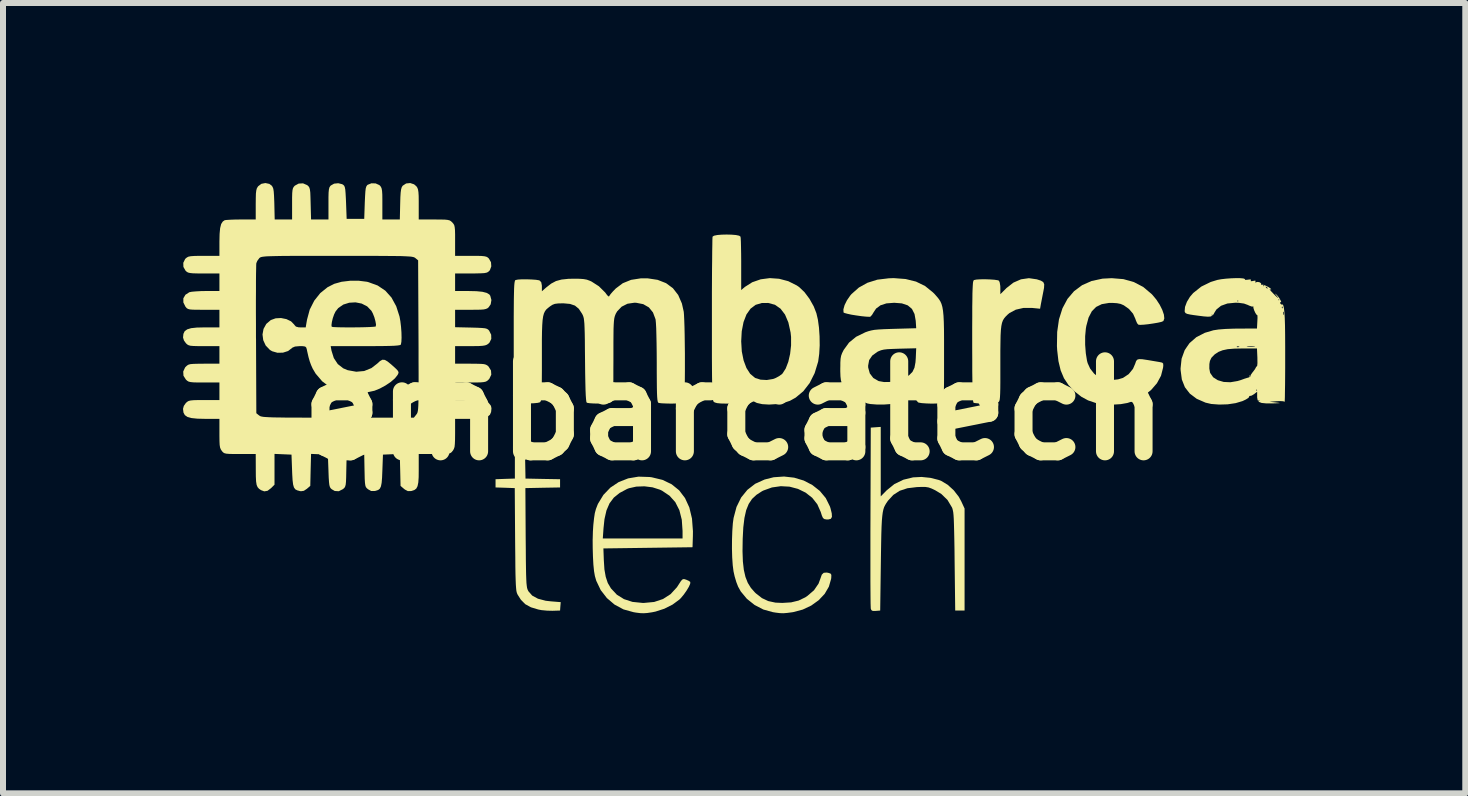
<source format=kicad_pcb>
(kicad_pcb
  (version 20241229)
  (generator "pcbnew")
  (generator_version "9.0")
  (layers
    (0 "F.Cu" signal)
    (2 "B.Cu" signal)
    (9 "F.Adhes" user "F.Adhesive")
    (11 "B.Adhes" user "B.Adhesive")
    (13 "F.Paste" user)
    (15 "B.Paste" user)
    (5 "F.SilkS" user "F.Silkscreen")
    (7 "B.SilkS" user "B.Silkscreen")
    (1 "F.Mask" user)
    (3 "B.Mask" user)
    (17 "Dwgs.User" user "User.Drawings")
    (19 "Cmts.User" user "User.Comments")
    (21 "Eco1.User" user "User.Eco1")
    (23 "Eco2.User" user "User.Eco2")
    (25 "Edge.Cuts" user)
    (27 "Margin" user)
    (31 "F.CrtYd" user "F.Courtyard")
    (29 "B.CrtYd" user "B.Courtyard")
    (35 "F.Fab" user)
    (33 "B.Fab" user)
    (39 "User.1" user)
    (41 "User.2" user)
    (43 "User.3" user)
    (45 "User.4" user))
  (footprint "embarcatech"
    (layer "F.Cu")
    (at 9.183 3.792)
    (property "Reference" "embarcatech" (at 0 0 0) (layer "F.SilkS") (effects (font (size 1.5 1.5) (thickness 0.3))))
    (attr board_only exclude_from_pos_files exclude_from_bom)
    (fp_poly (pts (xy 8.597 -0.576) (xy 8.587 -0.567) (xy 8.577 -0.576) (xy 8.587 -0.586)) (stroke (width 0) (type solid)) (fill yes) (layer "F.SilkS"))
    (fp_poly (pts (xy -3.571 0.59) (xy -3.488 0.596) (xy -3.482 0.864) (xy -3.477 1.132) (xy -3.189 1.138) (xy -2.901 1.143) (xy -2.901 1.211) (xy -2.901 1.28) (xy -3.19 1.285) (xy -3.479 1.291) (xy -3.474 2.116) (xy -3.472 2.317) (xy -3.471 2.484) (xy -3.469 2.619) (xy -3.467 2.726) (xy -3.464 2.809) (xy -3.461 2.872) (xy -3.456 2.918) (xy -3.451 2.952) (xy -3.444 2.977) (xy -3.435 2.996) (xy -3.429 3.009) (xy -3.365 3.082) (xy -3.269 3.134) (xy -3.14 3.168) (xy -3.051 3.178) (xy -2.89 3.191) (xy -2.896 3.261) (xy -2.901 3.331) (xy -3.028 3.335) (xy -3.117 3.333) (xy -3.211 3.324) (xy -3.263 3.314) (xy -3.386 3.277) (xy -3.481 3.225) (xy -3.554 3.151) (xy -3.607 3.068) (xy -3.616 3.049) (xy -3.624 3.026) (xy -3.63 2.995) (xy -3.634 2.953) (xy -3.638 2.896) (xy -3.641 2.821) (xy -3.644 2.722) (xy -3.646 2.598) (xy -3.647 2.444) (xy -3.649 2.256) (xy -3.65 2.145) (xy -3.656 1.291) (xy -3.816 1.285) (xy -3.976 1.28) (xy -3.976 1.211) (xy -3.976 1.143) (xy -3.815 1.137) (xy -3.654 1.132) (xy -3.654 0.858) (xy -3.654 0.584)) (stroke (width 0) (type solid)) (fill yes) (layer "F.SilkS"))
    (fp_poly (pts (xy 2.442 0.85) (xy 2.442 1.429) (xy 2.54 1.329) (xy 2.669 1.224) (xy 2.82 1.151) (xy 2.981 1.112) (xy 3.122 1.105) (xy 3.269 1.12) (xy 3.405 1.154) (xy 3.452 1.172) (xy 3.558 1.236) (xy 3.658 1.327) (xy 3.742 1.435) (xy 3.783 1.51) (xy 3.839 1.631) (xy 3.839 2.481) (xy 3.839 3.331) (xy 3.761 3.331) (xy 3.683 3.331) (xy 3.673 2.511) (xy 3.671 2.307) (xy 3.668 2.138) (xy 3.665 2.001) (xy 3.662 1.892) (xy 3.659 1.806) (xy 3.655 1.742) (xy 3.65 1.693) (xy 3.643 1.658) (xy 3.636 1.631) (xy 3.63 1.615) (xy 3.554 1.488) (xy 3.452 1.389) (xy 3.35 1.327) (xy 3.289 1.298) (xy 3.239 1.28) (xy 3.189 1.272) (xy 3.126 1.271) (xy 3.044 1.274) (xy 2.887 1.293) (xy 2.759 1.335) (xy 2.652 1.404) (xy 2.562 1.502) (xy 2.532 1.546) (xy 2.514 1.577) (xy 2.498 1.609) (xy 2.486 1.647) (xy 2.476 1.694) (xy 2.468 1.754) (xy 2.461 1.831) (xy 2.456 1.928) (xy 2.452 2.051) (xy 2.449 2.202) (xy 2.446 2.385) (xy 2.444 2.53) (xy 2.433 3.331) (xy 2.36 3.337) (xy 2.31 3.338) (xy 2.286 3.324) (xy 2.276 3.298) (xy 2.275 3.272) (xy 2.273 3.21) (xy 2.272 3.114) (xy 2.271 2.989) (xy 2.27 2.838) (xy 2.27 2.663) (xy 2.27 2.468) (xy 2.27 2.255) (xy 2.27 2.029) (xy 2.271 1.791) (xy 2.271 1.768) (xy 2.276 0.283) (xy 2.359 0.277) (xy 2.442 0.271)) (stroke (width 0) (type solid)) (fill yes) (layer "F.SilkS"))
    (fp_poly (pts (xy 5.042 -2.188) (xy 5.11 -2.166) (xy 5.15 -2.142) (xy 5.166 -2.105) (xy 5.163 -2.046) (xy 5.151 -1.983) (xy 5.135 -1.901) (xy 5.12 -1.824) (xy 5.11 -1.772) (xy 5.097 -1.698) (xy 4.965 -1.711) (xy 4.819 -1.711) (xy 4.692 -1.682) (xy 4.587 -1.626) (xy 4.554 -1.598) (xy 4.523 -1.567) (xy 4.498 -1.537) (xy 4.478 -1.504) (xy 4.463 -1.463) (xy 4.452 -1.411) (xy 4.444 -1.342) (xy 4.439 -1.253) (xy 4.437 -1.138) (xy 4.435 -0.994) (xy 4.435 -0.817) (xy 4.435 -0.783) (xy 4.435 -0.61) (xy 4.435 -0.472) (xy 4.434 -0.365) (xy 4.432 -0.285) (xy 4.429 -0.227) (xy 4.425 -0.188) (xy 4.419 -0.163) (xy 4.411 -0.148) (xy 4.401 -0.14) (xy 4.397 -0.137) (xy 4.363 -0.129) (xy 4.301 -0.123) (xy 4.223 -0.12) (xy 4.141 -0.119) (xy 4.066 -0.121) (xy 4.011 -0.126) (xy 3.991 -0.13) (xy 3.985 -0.14) (xy 3.98 -0.168) (xy 3.976 -0.216) (xy 3.973 -0.286) (xy 3.971 -0.382) (xy 3.969 -0.505) (xy 3.967 -0.658) (xy 3.967 -0.845) (xy 3.966 -1.067) (xy 3.966 -1.152) (xy 3.966 -1.379) (xy 3.967 -1.569) (xy 3.967 -1.727) (xy 3.969 -1.855) (xy 3.97 -1.956) (xy 3.973 -2.034) (xy 3.976 -2.091) (xy 3.979 -2.13) (xy 3.984 -2.156) (xy 3.99 -2.17) (xy 3.997 -2.176) (xy 3.997 -2.176) (xy 4.038 -2.184) (xy 4.103 -2.188) (xy 4.181 -2.189) (xy 4.262 -2.186) (xy 4.335 -2.181) (xy 4.389 -2.173) (xy 4.412 -2.165) (xy 4.425 -2.133) (xy 4.434 -2.077) (xy 4.435 -2.041) (xy 4.435 -1.94) (xy 4.538 -2.043) (xy 4.653 -2.133) (xy 4.779 -2.188) (xy 4.911 -2.207)) (stroke (width 0) (type solid)) (fill yes) (layer "F.SilkS"))
    (fp_poly (pts (xy 1 1.117) (xy 1.159 1.165) (xy 1.303 1.24) (xy 1.427 1.338) (xy 1.526 1.457) (xy 1.594 1.594) (xy 1.604 1.623) (xy 1.626 1.712) (xy 1.629 1.771) (xy 1.61 1.803) (xy 1.567 1.814) (xy 1.536 1.813) (xy 1.503 1.807) (xy 1.48 1.789) (xy 1.462 1.751) (xy 1.442 1.688) (xy 1.385 1.56) (xy 1.3 1.452) (xy 1.19 1.366) (xy 1.063 1.304) (xy 0.923 1.267) (xy 0.777 1.259) (xy 0.629 1.28) (xy 0.485 1.332) (xy 0.462 1.344) (xy 0.371 1.403) (xy 0.298 1.471) (xy 0.242 1.555) (xy 0.2 1.659) (xy 0.171 1.788) (xy 0.152 1.945) (xy 0.142 2.137) (xy 0.142 2.139) (xy 0.139 2.343) (xy 0.145 2.513) (xy 0.161 2.654) (xy 0.188 2.771) (xy 0.227 2.87) (xy 0.279 2.954) (xy 0.346 3.03) (xy 0.363 3.046) (xy 0.463 3.124) (xy 0.567 3.173) (xy 0.687 3.199) (xy 0.801 3.204) (xy 0.949 3.195) (xy 1.073 3.165) (xy 1.185 3.111) (xy 1.218 3.089) (xy 1.33 2.993) (xy 1.406 2.882) (xy 1.437 2.798) (xy 1.46 2.733) (xy 1.492 2.702) (xy 1.543 2.698) (xy 1.577 2.705) (xy 1.607 2.716) (xy 1.619 2.737) (xy 1.618 2.778) (xy 1.615 2.805) (xy 1.578 2.933) (xy 1.508 3.053) (xy 1.408 3.159) (xy 1.284 3.248) (xy 1.142 3.315) (xy 0.984 3.357) (xy 0.965 3.36) (xy 0.881 3.371) (xy 0.818 3.376) (xy 0.762 3.374) (xy 0.695 3.366) (xy 0.645 3.358) (xy 0.486 3.314) (xy 0.34 3.238) (xy 0.212 3.136) (xy 0.11 3.013) (xy 0.066 2.934) (xy 0.036 2.857) (xy 0.008 2.763) (xy -0.011 2.678) (xy -0.024 2.576) (xy -0.033 2.446) (xy -0.037 2.299) (xy -0.036 2.148) (xy -0.031 2.003) (xy -0.022 1.876) (xy -0.01 1.789) (xy 0.039 1.605) (xy 0.116 1.448) (xy 0.22 1.32) (xy 0.35 1.219) (xy 0.507 1.148) (xy 0.658 1.11) (xy 0.831 1.098)) (stroke (width 0) (type solid)) (fill yes) (layer "F.SilkS"))
    (fp_poly (pts (xy 6.486 -2.191) (xy 6.66 -2.142) (xy 6.815 -2.061) (xy 6.953 -1.945) (xy 6.965 -1.933) (xy 7.033 -1.852) (xy 7.09 -1.765) (xy 7.133 -1.679) (xy 7.16 -1.6) (xy 7.167 -1.536) (xy 7.152 -1.494) (xy 7.148 -1.491) (xy 7.117 -1.478) (xy 7.058 -1.465) (xy 6.982 -1.452) (xy 6.9 -1.44) (xy 6.825 -1.432) (xy 6.765 -1.429) (xy 6.735 -1.432) (xy 6.714 -1.456) (xy 6.693 -1.504) (xy 6.685 -1.529) (xy 6.646 -1.615) (xy 6.578 -1.694) (xy 6.492 -1.755) (xy 6.439 -1.778) (xy 6.378 -1.79) (xy 6.3 -1.795) (xy 6.243 -1.794) (xy 6.125 -1.774) (xy 6.031 -1.728) (xy 5.959 -1.655) (xy 5.905 -1.55) (xy 5.868 -1.413) (xy 5.86 -1.368) (xy 5.848 -1.239) (xy 5.848 -1.097) (xy 5.859 -0.955) (xy 5.879 -0.831) (xy 5.89 -0.791) (xy 5.931 -0.701) (xy 5.996 -0.618) (xy 6.073 -0.554) (xy 6.122 -0.529) (xy 6.201 -0.512) (xy 6.299 -0.51) (xy 6.397 -0.521) (xy 6.478 -0.545) (xy 6.573 -0.608) (xy 6.645 -0.696) (xy 6.682 -0.782) (xy 6.696 -0.823) (xy 6.714 -0.848) (xy 6.745 -0.858) (xy 6.796 -0.857) (xy 6.876 -0.845) (xy 6.908 -0.84) (xy 6.984 -0.827) (xy 7.055 -0.815) (xy 7.09 -0.809) (xy 7.131 -0.8) (xy 7.148 -0.784) (xy 7.15 -0.748) (xy 7.146 -0.714) (xy 7.112 -0.581) (xy 7.044 -0.456) (xy 6.946 -0.343) (xy 6.823 -0.246) (xy 6.679 -0.17) (xy 6.554 -0.128) (xy 6.441 -0.108) (xy 6.309 -0.1) (xy 6.174 -0.104) (xy 6.055 -0.12) (xy 6.023 -0.128) (xy 5.896 -0.171) (xy 5.787 -0.23) (xy 5.678 -0.315) (xy 5.67 -0.323) (xy 5.571 -0.426) (xy 5.495 -0.54) (xy 5.44 -0.671) (xy 5.403 -0.825) (xy 5.382 -1.007) (xy 5.378 -1.075) (xy 5.382 -1.311) (xy 5.412 -1.521) (xy 5.47 -1.705) (xy 5.554 -1.862) (xy 5.663 -1.99) (xy 5.797 -2.09) (xy 5.955 -2.16) (xy 6.137 -2.199) (xy 6.291 -2.207)) (stroke (width 0) (type solid)) (fill yes) (layer "F.SilkS"))
    (fp_poly (pts (xy -1.409 1.106) (xy -1.372 1.111) (xy -1.194 1.154) (xy -1.042 1.227) (xy -0.917 1.328) (xy -0.819 1.457) (xy -0.747 1.614) (xy -0.703 1.798) (xy -0.687 2.009) (xy -0.688 2.091) (xy -0.694 2.276) (xy -1.436 2.286) (xy -2.179 2.296) (xy -2.172 2.491) (xy -2.162 2.646) (xy -2.14 2.77) (xy -2.106 2.872) (xy -2.056 2.957) (xy -2.053 2.962) (xy -1.955 3.067) (xy -1.836 3.141) (xy -1.694 3.187) (xy -1.526 3.204) (xy -1.502 3.204) (xy -1.333 3.188) (xy -1.186 3.139) (xy -1.06 3.058) (xy -0.954 2.943) (xy -0.921 2.892) (xy -0.886 2.838) (xy -0.861 2.812) (xy -0.837 2.806) (xy -0.803 2.816) (xy -0.802 2.816) (xy -0.757 2.836) (xy -0.732 2.854) (xy -0.731 2.855) (xy -0.733 2.885) (xy -0.755 2.935) (xy -0.792 2.997) (xy -0.838 3.063) (xy -0.887 3.122) (xy -0.913 3.148) (xy -1.027 3.232) (xy -1.164 3.301) (xy -1.31 3.348) (xy -1.368 3.36) (xy -1.449 3.372) (xy -1.509 3.376) (xy -1.567 3.374) (xy -1.638 3.365) (xy -1.678 3.358) (xy -1.844 3.312) (xy -1.993 3.232) (xy -2.121 3.123) (xy -2.224 2.99) (xy -2.298 2.835) (xy -2.321 2.755) (xy -2.335 2.674) (xy -2.346 2.564) (xy -2.353 2.434) (xy -2.357 2.292) (xy -2.358 2.149) (xy -2.357 2.13) (xy -2.189 2.13) (xy -1.524 2.13) (xy -0.86 2.13) (xy -0.86 2.005) (xy -0.873 1.818) (xy -0.913 1.659) (xy -0.981 1.525) (xy -1.077 1.418) (xy -1.202 1.334) (xy -1.238 1.317) (xy -1.36 1.278) (xy -1.496 1.261) (xy -1.631 1.266) (xy -1.753 1.293) (xy -1.784 1.305) (xy -1.908 1.371) (xy -2.005 1.449) (xy -2.077 1.545) (xy -2.128 1.663) (xy -2.161 1.808) (xy -2.177 1.959) (xy -2.189 2.13) (xy -2.357 2.13) (xy -2.354 2.014) (xy -2.347 1.907) (xy -2.335 1.794) (xy -2.322 1.708) (xy -2.303 1.638) (xy -2.278 1.573) (xy -2.269 1.552) (xy -2.179 1.404) (xy -2.063 1.283) (xy -1.925 1.191) (xy -1.767 1.129) (xy -1.594 1.1)) (stroke (width 0) (type solid)) (fill yes) (layer "F.SilkS"))
    (fp_poly (pts (xy -0.044 -2.932) (xy 0.029 -2.926) (xy 0.082 -2.915) (xy 0.105 -2.9) (xy 0.109 -2.872) (xy 0.112 -2.811) (xy 0.114 -2.723) (xy 0.116 -2.615) (xy 0.117 -2.492) (xy 0.117 -2.439) (xy 0.117 -2.009) (xy 0.178 -2.061) (xy 0.301 -2.139) (xy 0.442 -2.188) (xy 0.594 -2.208) (xy 0.749 -2.197) (xy 0.901 -2.157) (xy 1.041 -2.087) (xy 1.081 -2.06) (xy 1.17 -1.976) (xy 1.254 -1.864) (xy 1.326 -1.736) (xy 1.37 -1.623) (xy 1.395 -1.516) (xy 1.413 -1.383) (xy 1.423 -1.236) (xy 1.425 -1.086) (xy 1.417 -0.946) (xy 1.401 -0.828) (xy 1.399 -0.816) (xy 1.341 -0.625) (xy 1.258 -0.46) (xy 1.152 -0.323) (xy 1.025 -0.217) (xy 0.93 -0.164) (xy 0.828 -0.13) (xy 0.708 -0.109) (xy 0.583 -0.101) (xy 0.467 -0.108) (xy 0.378 -0.128) (xy 0.316 -0.159) (xy 0.247 -0.205) (xy 0.207 -0.237) (xy 0.117 -0.316) (xy 0.117 -0.247) (xy 0.112 -0.193) (xy 0.094 -0.156) (xy 0.055 -0.133) (xy -0.009 -0.121) (xy -0.106 -0.117) (xy -0.127 -0.117) (xy -0.221 -0.119) (xy -0.284 -0.125) (xy -0.323 -0.136) (xy -0.341 -0.148) (xy -0.347 -0.157) (xy -0.352 -0.174) (xy -0.356 -0.201) (xy -0.36 -0.24) (xy -0.363 -0.295) (xy -0.365 -0.368) (xy -0.367 -0.463) (xy -0.369 -0.58) (xy -0.37 -0.725) (xy -0.371 -0.898) (xy -0.371 -1.103) (xy -0.371 -1.155) (xy 0.117 -1.155) (xy 0.127 -0.986) (xy 0.157 -0.837) (xy 0.204 -0.711) (xy 0.267 -0.613) (xy 0.345 -0.548) (xy 0.351 -0.544) (xy 0.439 -0.516) (xy 0.543 -0.51) (xy 0.646 -0.527) (xy 0.694 -0.545) (xy 0.751 -0.576) (xy 0.797 -0.61) (xy 0.805 -0.618) (xy 0.859 -0.702) (xy 0.902 -0.814) (xy 0.932 -0.945) (xy 0.948 -1.086) (xy 0.948 -1.228) (xy 0.94 -1.302) (xy 0.903 -1.469) (xy 0.847 -1.601) (xy 0.772 -1.699) (xy 0.679 -1.764) (xy 0.566 -1.794) (xy 0.46 -1.793) (xy 0.358 -1.763) (xy 0.273 -1.699) (xy 0.205 -1.603) (xy 0.156 -1.476) (xy 0.126 -1.322) (xy 0.117 -1.155) (xy -0.371 -1.155) (xy -0.371 -1.343) (xy -0.371 -1.524) (xy -0.371 -1.75) (xy -0.371 -1.965) (xy -0.37 -2.166) (xy -0.369 -2.35) (xy -0.367 -2.512) (xy -0.366 -2.651) (xy -0.364 -2.762) (xy -0.363 -2.843) (xy -0.361 -2.889) (xy -0.359 -2.9) (xy -0.335 -2.915) (xy -0.281 -2.926) (xy -0.209 -2.932) (xy -0.126 -2.934)) (stroke (width 0) (type solid)) (fill yes) (layer "F.SilkS"))
    (fp_poly (pts (xy -6.118 -2.147) (xy -6.095 -2.141) (xy -5.941 -2.085) (xy -5.813 -1.999) (xy -5.71 -1.884) (xy -5.631 -1.739) (xy -5.576 -1.568) (xy -5.562 -1.49) (xy -5.551 -1.398) (xy -5.544 -1.304) (xy -5.542 -1.217) (xy -5.545 -1.147) (xy -5.553 -1.104) (xy -5.555 -1.099) (xy -5.569 -1.092) (xy -5.604 -1.086) (xy -5.661 -1.081) (xy -5.745 -1.078) (xy -5.859 -1.076) (xy -6.007 -1.075) (xy -6.147 -1.075) (xy -6.723 -1.075) (xy -6.71 -1.001) (xy -6.671 -0.876) (xy -6.605 -0.776) (xy -6.514 -0.705) (xy -6.44 -0.674) (xy -6.297 -0.648) (xy -6.165 -0.66) (xy -6.044 -0.709) (xy -5.948 -0.783) (xy -5.901 -0.826) (xy -5.862 -0.848) (xy -5.824 -0.846) (xy -5.778 -0.821) (xy -5.715 -0.77) (xy -5.686 -0.744) (xy -5.632 -0.695) (xy -5.602 -0.662) (xy -5.592 -0.638) (xy -5.598 -0.614) (xy -5.608 -0.595) (xy -5.652 -0.539) (xy -5.722 -0.478) (xy -5.81 -0.419) (xy -5.904 -0.368) (xy -5.992 -0.332) (xy -6.092 -0.31) (xy -6.212 -0.298) (xy -6.339 -0.294) (xy -6.459 -0.3) (xy -6.558 -0.316) (xy -6.579 -0.321) (xy -6.732 -0.389) (xy -6.865 -0.489) (xy -6.974 -0.617) (xy -7.023 -0.7) (xy -7.049 -0.758) (xy -7.071 -0.817) (xy -7.092 -0.89) (xy -7.114 -0.986) (xy -7.121 -1.021) (xy -7.131 -1.052) (xy -7.149 -1.068) (xy -7.188 -1.074) (xy -7.237 -1.075) (xy -7.317 -1.068) (xy -7.362 -1.049) (xy -7.367 -1.044) (xy -7.433 -0.993) (xy -7.518 -0.966) (xy -7.61 -0.964) (xy -7.697 -0.989) (xy -7.735 -1.011) (xy -7.806 -1.085) (xy -7.847 -1.174) (xy -7.859 -1.269) (xy -7.842 -1.362) (xy -7.796 -1.445) (xy -7.721 -1.509) (xy -7.721 -1.509) (xy -7.641 -1.538) (xy -7.551 -1.543) (xy -7.461 -1.525) (xy -7.384 -1.488) (xy -7.331 -1.434) (xy -7.327 -1.427) (xy -7.302 -1.4) (xy -7.257 -1.388) (xy -7.223 -1.387) (xy -7.139 -1.387) (xy -7.133 -1.425) (xy -6.71 -1.425) (xy -6.706 -1.398) (xy -6.683 -1.393) (xy -6.628 -1.39) (xy -6.551 -1.388) (xy -6.457 -1.387) (xy -6.354 -1.387) (xy -6.25 -1.388) (xy -6.153 -1.39) (xy -6.07 -1.393) (xy -6.008 -1.397) (xy -5.975 -1.401) (xy -5.972 -1.403) (xy -5.968 -1.436) (xy -5.978 -1.492) (xy -5.996 -1.557) (xy -6.021 -1.62) (xy -6.044 -1.663) (xy -6.115 -1.737) (xy -6.207 -1.784) (xy -6.309 -1.804) (xy -6.414 -1.798) (xy -6.513 -1.767) (xy -6.597 -1.709) (xy -6.642 -1.652) (xy -6.666 -1.603) (xy -6.688 -1.54) (xy -6.703 -1.477) (xy -6.71 -1.425) (xy -7.133 -1.425) (xy -7.117 -1.517) (xy -7.072 -1.684) (xy -6.997 -1.832) (xy -6.896 -1.959) (xy -6.774 -2.057) (xy -6.663 -2.113) (xy -6.541 -2.147) (xy -6.399 -2.164) (xy -6.253 -2.164)) (stroke (width 0) (type solid)) (fill yes) (layer "F.SilkS"))
    (fp_poly (pts (xy 2.856 -2.193) (xy 3.03 -2.15) (xy 3.181 -2.076) (xy 3.312 -1.97) (xy 3.341 -1.941) (xy 3.378 -1.899) (xy 3.409 -1.861) (xy 3.434 -1.823) (xy 3.454 -1.779) (xy 3.469 -1.727) (xy 3.48 -1.662) (xy 3.488 -1.58) (xy 3.493 -1.478) (xy 3.496 -1.35) (xy 3.497 -1.193) (xy 3.497 -1.004) (xy 3.497 -0.897) (xy 3.497 -0.704) (xy 3.497 -0.546) (xy 3.496 -0.42) (xy 3.494 -0.322) (xy 3.491 -0.249) (xy 3.488 -0.197) (xy 3.483 -0.162) (xy 3.478 -0.142) (xy 3.47 -0.131) (xy 3.466 -0.129) (xy 3.426 -0.122) (xy 3.359 -0.118) (xy 3.28 -0.117) (xy 3.198 -0.12) (xy 3.127 -0.125) (xy 3.077 -0.133) (xy 3.066 -0.137) (xy 3.039 -0.165) (xy 3.029 -0.217) (xy 3.028 -0.237) (xy 3.028 -0.316) (xy 2.968 -0.265) (xy 2.864 -0.193) (xy 2.744 -0.141) (xy 2.687 -0.124) (xy 2.599 -0.109) (xy 2.489 -0.101) (xy 2.374 -0.102) (xy 2.27 -0.11) (xy 2.222 -0.119) (xy 2.084 -0.169) (xy 1.96 -0.247) (xy 1.859 -0.346) (xy 1.81 -0.42) (xy 1.791 -0.463) (xy 1.778 -0.509) (xy 1.771 -0.57) (xy 1.768 -0.654) (xy 1.768 -0.703) (xy 1.769 -0.749) (xy 2.232 -0.749) (xy 2.233 -0.717) (xy 2.26 -0.62) (xy 2.318 -0.544) (xy 2.404 -0.494) (xy 2.409 -0.492) (xy 2.499 -0.476) (xy 2.606 -0.478) (xy 2.717 -0.497) (xy 2.815 -0.53) (xy 2.835 -0.54) (xy 2.916 -0.591) (xy 2.971 -0.646) (xy 3.004 -0.715) (xy 3.021 -0.806) (xy 3.026 -0.876) (xy 3.033 -1.039) (xy 2.752 -1.032) (xy 2.637 -1.028) (xy 2.554 -1.024) (xy 2.493 -1.017) (xy 2.447 -1.006) (xy 2.409 -0.991) (xy 2.388 -0.981) (xy 2.301 -0.918) (xy 2.249 -0.842) (xy 2.232 -0.749) (xy 1.769 -0.749) (xy 1.769 -0.798) (xy 1.773 -0.865) (xy 1.782 -0.914) (xy 1.798 -0.958) (xy 1.823 -1.008) (xy 1.826 -1.013) (xy 1.914 -1.134) (xy 2.031 -1.23) (xy 2.18 -1.303) (xy 2.184 -1.305) (xy 2.235 -1.323) (xy 2.284 -1.336) (xy 2.338 -1.346) (xy 2.405 -1.352) (xy 2.493 -1.357) (xy 2.609 -1.361) (xy 2.674 -1.363) (xy 3.033 -1.373) (xy 3.025 -1.497) (xy 3.005 -1.61) (xy 2.962 -1.695) (xy 2.892 -1.754) (xy 2.794 -1.787) (xy 2.667 -1.797) (xy 2.537 -1.787) (xy 2.438 -1.755) (xy 2.365 -1.701) (xy 2.326 -1.643) (xy 2.297 -1.595) (xy 2.27 -1.566) (xy 2.261 -1.563) (xy 2.198 -1.566) (xy 2.119 -1.574) (xy 2.035 -1.586) (xy 1.953 -1.599) (xy 1.885 -1.614) (xy 1.838 -1.627) (xy 1.822 -1.636) (xy 1.82 -1.688) (xy 1.84 -1.759) (xy 1.879 -1.838) (xy 1.933 -1.916) (xy 1.955 -1.942) (xy 2.078 -2.051) (xy 2.22 -2.13) (xy 2.385 -2.182) (xy 2.576 -2.205) (xy 2.658 -2.208)) (stroke (width 0) (type solid)) (fill yes) (layer "F.SilkS"))
    (fp_poly (pts (xy -1.439 -2.204) (xy -1.275 -2.179) (xy -1.135 -2.124) (xy -1.021 -2.04) (xy -0.933 -1.927) (xy -0.871 -1.785) (xy -0.84 -1.646) (xy -0.836 -1.595) (xy -0.832 -1.51) (xy -0.828 -1.398) (xy -0.825 -1.264) (xy -0.823 -1.113) (xy -0.821 -0.952) (xy -0.821 -0.846) (xy -0.821 -0.664) (xy -0.822 -0.518) (xy -0.823 -0.402) (xy -0.825 -0.314) (xy -0.828 -0.249) (xy -0.833 -0.204) (xy -0.838 -0.174) (xy -0.845 -0.156) (xy -0.851 -0.148) (xy -0.878 -0.132) (xy -0.925 -0.122) (xy -0.999 -0.118) (xy -1.055 -0.117) (xy -1.136 -0.119) (xy -1.205 -0.122) (xy -1.25 -0.127) (xy -1.259 -0.129) (xy -1.267 -0.136) (xy -1.274 -0.152) (xy -1.279 -0.181) (xy -1.283 -0.227) (xy -1.286 -0.293) (xy -1.288 -0.385) (xy -1.289 -0.504) (xy -1.29 -0.656) (xy -1.29 -0.789) (xy -1.291 -0.96) (xy -1.293 -1.118) (xy -1.296 -1.257) (xy -1.299 -1.372) (xy -1.304 -1.46) (xy -1.309 -1.514) (xy -1.311 -1.524) (xy -1.353 -1.636) (xy -1.421 -1.72) (xy -1.515 -1.774) (xy -1.632 -1.797) (xy -1.663 -1.798) (xy -1.778 -1.781) (xy -1.875 -1.732) (xy -1.949 -1.655) (xy -1.972 -1.616) (xy -1.982 -1.592) (xy -1.991 -1.566) (xy -1.998 -1.535) (xy -2.003 -1.494) (xy -2.007 -1.438) (xy -2.01 -1.364) (xy -2.011 -1.267) (xy -2.012 -1.142) (xy -2.012 -0.986) (xy -2.012 -0.855) (xy -2.013 -0.672) (xy -2.013 -0.524) (xy -2.015 -0.407) (xy -2.017 -0.317) (xy -2.02 -0.252) (xy -2.024 -0.205) (xy -2.03 -0.175) (xy -2.037 -0.156) (xy -2.043 -0.148) (xy -2.069 -0.132) (xy -2.114 -0.123) (xy -2.186 -0.118) (xy -2.253 -0.118) (xy -2.335 -0.119) (xy -2.403 -0.123) (xy -2.446 -0.129) (xy -2.456 -0.133) (xy -2.463 -0.148) (xy -2.468 -0.188) (xy -2.473 -0.255) (xy -2.477 -0.35) (xy -2.48 -0.477) (xy -2.483 -0.638) (xy -2.485 -0.836) (xy -2.485 -0.841) (xy -2.487 -1.024) (xy -2.488 -1.172) (xy -2.49 -1.29) (xy -2.493 -1.381) (xy -2.496 -1.451) (xy -2.501 -1.502) (xy -2.506 -1.54) (xy -2.514 -1.569) (xy -2.523 -1.592) (xy -2.535 -1.615) (xy -2.535 -1.615) (xy -2.589 -1.697) (xy -2.653 -1.75) (xy -2.735 -1.778) (xy -2.844 -1.788) (xy -2.854 -1.788) (xy -2.934 -1.786) (xy -2.988 -1.779) (xy -3.029 -1.763) (xy -3.07 -1.736) (xy -3.071 -1.735) (xy -3.104 -1.709) (xy -3.132 -1.684) (xy -3.153 -1.655) (xy -3.17 -1.619) (xy -3.183 -1.571) (xy -3.192 -1.509) (xy -3.198 -1.426) (xy -3.202 -1.32) (xy -3.204 -1.187) (xy -3.204 -1.022) (xy -3.204 -0.853) (xy -3.204 -0.669) (xy -3.205 -0.521) (xy -3.206 -0.405) (xy -3.207 -0.315) (xy -3.21 -0.249) (xy -3.213 -0.203) (xy -3.218 -0.173) (xy -3.225 -0.154) (xy -3.233 -0.143) (xy -3.242 -0.137) (xy -3.277 -0.129) (xy -3.339 -0.123) (xy -3.417 -0.12) (xy -3.499 -0.119) (xy -3.573 -0.121) (xy -3.629 -0.126) (xy -3.649 -0.13) (xy -3.654 -0.14) (xy -3.659 -0.168) (xy -3.663 -0.216) (xy -3.666 -0.286) (xy -3.669 -0.382) (xy -3.671 -0.505) (xy -3.672 -0.658) (xy -3.673 -0.845) (xy -3.673 -1.067) (xy -3.673 -1.152) (xy -3.673 -1.379) (xy -3.673 -1.569) (xy -3.672 -1.727) (xy -3.671 -1.855) (xy -3.669 -1.956) (xy -3.667 -2.034) (xy -3.664 -2.091) (xy -3.66 -2.13) (xy -3.655 -2.156) (xy -3.65 -2.17) (xy -3.643 -2.176) (xy -3.642 -2.176) (xy -3.602 -2.184) (xy -3.535 -2.188) (xy -3.455 -2.188) (xy -3.374 -2.185) (xy -3.303 -2.18) (xy -3.253 -2.172) (xy -3.242 -2.168) (xy -3.215 -2.14) (xy -3.205 -2.089) (xy -3.204 -2.068) (xy -3.204 -1.989) (xy -3.132 -2.052) (xy -3.05 -2.116) (xy -2.969 -2.159) (xy -2.877 -2.184) (xy -2.764 -2.196) (xy -2.677 -2.198) (xy -2.578 -2.197) (xy -2.508 -2.192) (xy -2.454 -2.182) (xy -2.406 -2.164) (xy -2.377 -2.151) (xy -2.254 -2.072) (xy -2.149 -1.968) (xy -2.124 -1.934) (xy -2.098 -1.904) (xy -2.083 -1.905) (xy -2.078 -1.915) (xy -2.058 -1.943) (xy -2.019 -1.988) (xy -1.972 -2.036) (xy -1.856 -2.123) (xy -1.718 -2.179) (xy -1.557 -2.204)) (stroke (width 0) (type solid)) (fill yes) (layer "F.SilkS"))
    (fp_poly (pts (xy 8.435 -2.207) (xy 8.486 -2.202) (xy 8.509 -2.193) (xy 8.509 -2.189) (xy 8.516 -2.178) (xy 8.556 -2.181) (xy 8.56 -2.182) (xy 8.602 -2.187) (xy 8.611 -2.177) (xy 8.608 -2.171) (xy 8.608 -2.156) (xy 8.638 -2.159) (xy 8.647 -2.161) (xy 8.683 -2.167) (xy 8.688 -2.156) (xy 8.685 -2.149) (xy 8.68 -2.133) (xy 8.692 -2.138) (xy 8.724 -2.145) (xy 8.759 -2.137) (xy 8.78 -2.12) (xy 8.78 -2.106) (xy 8.779 -2.094) (xy 8.79 -2.099) (xy 8.816 -2.097) (xy 8.859 -2.081) (xy 8.906 -2.057) (xy 8.94 -2.033) (xy 8.949 -2.019) (xy 8.935 -2.019) (xy 8.924 -2.024) (xy 8.923 -2.019) (xy 8.944 -1.992) (xy 8.977 -1.957) (xy 9.023 -1.91) (xy 9.054 -1.883) (xy 9.066 -1.877) (xy 9.055 -1.894) (xy 9.035 -1.919) (xy 9.012 -1.947) (xy 9.014 -1.949) (xy 9.033 -1.935) (xy 9.058 -1.909) (xy 9.084 -1.873) (xy 9.105 -1.837) (xy 9.115 -1.811) (xy 9.11 -1.805) (xy 9.107 -1.806) (xy 9.094 -1.805) (xy 9.097 -1.789) (xy 9.115 -1.768) (xy 9.125 -1.769) (xy 9.139 -1.769) (xy 9.151 -1.749) (xy 9.16 -1.707) (xy 9.168 -1.64) (xy 9.174 -1.545) (xy 9.178 -1.421) (xy 9.18 -1.265) (xy 9.181 -1.074) (xy 9.181 -0.879) (xy 9.181 -0.713) (xy 9.18 -0.561) (xy 9.179 -0.426) (xy 9.177 -0.313) (xy 9.176 -0.226) (xy 9.174 -0.169) (xy 9.172 -0.147) (xy 9.172 -0.147) (xy 9.149 -0.156) (xy 9.096 -0.159) (xy 9.041 -0.157) (xy 8.919 -0.148) (xy 9.027 -0.136) (xy 9.074 -0.13) (xy 9.091 -0.126) (xy 9.077 -0.124) (xy 9.027 -0.122) (xy 8.962 -0.12) (xy 8.859 -0.121) (xy 8.788 -0.128) (xy 8.745 -0.145) (xy 8.729 -0.166) (xy 8.734 -0.166) (xy 8.743 -0.156) (xy 8.753 -0.166) (xy 8.743 -0.176) (xy 8.734 -0.166) (xy 8.729 -0.166) (xy 8.722 -0.175) (xy 8.714 -0.22) (xy 8.714 -0.237) (xy 8.714 -0.315) (xy 8.663 -0.275) (xy 8.623 -0.251) (xy 8.596 -0.245) (xy 8.594 -0.246) (xy 8.581 -0.242) (xy 8.582 -0.232) (xy 8.568 -0.212) (xy 8.525 -0.185) (xy 8.47 -0.159) (xy 8.356 -0.125) (xy 8.222 -0.105) (xy 8.081 -0.101) (xy 7.949 -0.111) (xy 7.854 -0.133) (xy 7.707 -0.197) (xy 7.593 -0.283) (xy 7.547 -0.342) (xy 8.695 -0.342) (xy 8.704 -0.332) (xy 8.714 -0.342) (xy 8.704 -0.352) (xy 8.695 -0.342) (xy 7.547 -0.342) (xy 7.51 -0.39) (xy 7.459 -0.519) (xy 7.439 -0.673) (xy 7.438 -0.701) (xy 7.917 -0.701) (xy 7.929 -0.636) (xy 7.932 -0.627) (xy 7.981 -0.556) (xy 8.058 -0.507) (xy 8.156 -0.478) (xy 8.268 -0.473) (xy 8.387 -0.493) (xy 8.441 -0.509) (xy 8.504 -0.532) (xy 8.556 -0.548) (xy 8.577 -0.554) (xy 8.6 -0.567) (xy 8.601 -0.574) (xy 8.608 -0.596) (xy 8.635 -0.635) (xy 8.645 -0.647) (xy 8.677 -0.69) (xy 8.694 -0.721) (xy 8.695 -0.726) (xy 8.705 -0.737) (xy 8.709 -0.736) (xy 8.715 -0.749) (xy 8.719 -0.793) (xy 8.718 -0.859) (xy 8.718 -0.881) (xy 8.711 -1.036) (xy 8.477 -1.036) (xy 8.335 -1.033) (xy 8.224 -1.024) (xy 8.139 -1.006) (xy 8.07 -0.979) (xy 8.012 -0.941) (xy 8 -0.931) (xy 7.952 -0.881) (xy 7.927 -0.828) (xy 7.918 -0.777) (xy 7.917 -0.701) (xy 7.438 -0.701) (xy 7.438 -0.704) (xy 7.455 -0.865) (xy 7.506 -1.006) (xy 7.542 -1.06) (xy 8.371 -1.06) (xy 8.39 -1.057) (xy 8.415 -1.06) (xy 8.416 -1.065) (xy 8.537 -1.065) (xy 8.556 -1.062) (xy 8.606 -1.061) (xy 8.607 -1.061) (xy 8.659 -1.062) (xy 8.681 -1.065) (xy 8.671 -1.069) (xy 8.611 -1.072) (xy 8.553 -1.069) (xy 8.537 -1.065) (xy 8.416 -1.065) (xy 8.416 -1.067) (xy 8.39 -1.072) (xy 8.378 -1.068) (xy 8.371 -1.06) (xy 7.542 -1.06) (xy 7.588 -1.126) (xy 7.701 -1.224) (xy 7.843 -1.297) (xy 7.986 -1.339) (xy 8.071 -1.352) (xy 8.187 -1.361) (xy 8.325 -1.366) (xy 8.414 -1.367) (xy 8.711 -1.368) (xy 8.717 -1.483) (xy 8.72 -1.543) (xy 8.719 -1.582) (xy 8.716 -1.591) (xy 8.703 -1.599) (xy 8.688 -1.622) (xy 9.147 -1.622) (xy 9.15 -1.594) (xy 9.157 -1.597) (xy 9.16 -1.637) (xy 9.157 -1.646) (xy 9.15 -1.649) (xy 9.147 -1.622) (xy 8.688 -1.622) (xy 8.683 -1.63) (xy 8.664 -1.672) (xy 8.652 -1.71) (xy 8.651 -1.719) (xy 9.124 -1.719) (xy 9.132 -1.703) (xy 9.137 -1.706) (xy 9.14 -1.73) (xy 9.137 -1.732) (xy 9.126 -1.73) (xy 9.124 -1.719) (xy 8.651 -1.719) (xy 8.651 -1.729) (xy 8.652 -1.739) (xy 8.647 -1.735) (xy 8.622 -1.735) (xy 8.578 -1.751) (xy 8.561 -1.76) (xy 8.495 -1.784) (xy 8.41 -1.796) (xy 8.352 -1.798) (xy 8.218 -1.785) (xy 8.112 -1.747) (xy 8.035 -1.685) (xy 8.004 -1.636) (xy 7.986 -1.603) (xy 7.966 -1.581) (xy 7.937 -1.568) (xy 7.893 -1.565) (xy 7.826 -1.57) (xy 7.73 -1.582) (xy 7.679 -1.589) (xy 7.656 -1.592) (xy 7.952 -1.592) (xy 7.962 -1.583) (xy 7.972 -1.592) (xy 7.962 -1.602) (xy 7.952 -1.592) (xy 7.656 -1.592) (xy 7.598 -1.601) (xy 7.548 -1.612) (xy 7.521 -1.625) (xy 7.509 -1.643) (xy 7.506 -1.658) (xy 7.512 -1.728) (xy 7.543 -1.811) (xy 7.552 -1.827) (xy 8.382 -1.827) (xy 8.392 -1.817) (xy 8.402 -1.827) (xy 8.392 -1.837) (xy 8.382 -1.827) (xy 7.552 -1.827) (xy 7.564 -1.846) (xy 9.066 -1.846) (xy 9.076 -1.837) (xy 9.085 -1.846) (xy 9.076 -1.856) (xy 9.066 -1.846) (xy 7.564 -1.846) (xy 7.594 -1.896) (xy 7.648 -1.959) (xy 7.781 -2.065) (xy 8.854 -2.065) (xy 8.859 -2.055) (xy 8.879 -2.034) (xy 8.89 -2.038) (xy 8.89 -2.041) (xy 8.876 -2.057) (xy 8.867 -2.063) (xy 8.854 -2.065) (xy 7.781 -2.065) (xy 7.782 -2.066) (xy 7.812 -2.081) (xy 8.812 -2.081) (xy 8.822 -2.071) (xy 8.831 -2.081) (xy 8.822 -2.091) (xy 8.812 -2.081) (xy 7.812 -2.081) (xy 7.941 -2.144) (xy 8.052 -2.178) (xy 8.118 -2.19) (xy 8.198 -2.199) (xy 8.283 -2.205) (xy 8.365 -2.208)) (stroke (width 0) (type solid)) (fill yes) (layer "F.SilkS"))
    (fp_poly (pts (xy -7.745 -3.778) (xy -7.706 -3.749) (xy -7.691 -3.727) (xy -7.679 -3.696) (xy -7.672 -3.65) (xy -7.667 -3.58) (xy -7.663 -3.48) (xy -7.662 -3.447) (xy -7.656 -3.185) (xy -7.511 -3.185) (xy -7.366 -3.185) (xy -7.366 -3.445) (xy -7.366 -3.551) (xy -7.364 -3.625) (xy -7.359 -3.675) (xy -7.351 -3.707) (xy -7.338 -3.729) (xy -7.321 -3.748) (xy -7.257 -3.783) (xy -7.184 -3.787) (xy -7.116 -3.758) (xy -7.109 -3.753) (xy -7.091 -3.736) (xy -7.078 -3.715) (xy -7.069 -3.683) (xy -7.063 -3.634) (xy -7.06 -3.559) (xy -7.057 -3.453) (xy -7.057 -3.45) (xy -7.05 -3.185) (xy -6.905 -3.185) (xy -6.76 -3.185) (xy -6.76 -3.449) (xy -6.76 -3.556) (xy -6.758 -3.632) (xy -6.753 -3.683) (xy -6.745 -3.717) (xy -6.732 -3.739) (xy -6.721 -3.751) (xy -6.666 -3.782) (xy -6.597 -3.789) (xy -6.532 -3.773) (xy -6.515 -3.763) (xy -6.499 -3.748) (xy -6.488 -3.724) (xy -6.48 -3.684) (xy -6.475 -3.623) (xy -6.47 -3.534) (xy -6.467 -3.465) (xy -6.457 -3.195) (xy -6.311 -3.195) (xy -6.164 -3.195) (xy -6.155 -3.465) (xy -6.15 -3.574) (xy -6.145 -3.652) (xy -6.139 -3.703) (xy -6.129 -3.735) (xy -6.117 -3.754) (xy -6.107 -3.763) (xy -6.044 -3.788) (xy -5.974 -3.786) (xy -5.914 -3.759) (xy -5.901 -3.748) (xy -5.885 -3.727) (xy -5.874 -3.7) (xy -5.867 -3.661) (xy -5.863 -3.602) (xy -5.862 -3.515) (xy -5.862 -3.445) (xy -5.862 -3.185) (xy -5.717 -3.185) (xy -5.571 -3.185) (xy -5.565 -3.447) (xy -5.562 -3.556) (xy -5.557 -3.633) (xy -5.55 -3.685) (xy -5.54 -3.72) (xy -5.526 -3.744) (xy -5.521 -3.749) (xy -5.466 -3.785) (xy -5.398 -3.792) (xy -5.334 -3.771) (xy -5.296 -3.739) (xy -5.279 -3.714) (xy -5.268 -3.684) (xy -5.261 -3.641) (xy -5.257 -3.578) (xy -5.256 -3.487) (xy -5.256 -3.436) (xy -5.256 -3.185) (xy -5.001 -3.185) (xy -4.896 -3.184) (xy -4.823 -3.183) (xy -4.775 -3.178) (xy -4.742 -3.17) (xy -4.719 -3.156) (xy -4.698 -3.137) (xy -4.679 -3.115) (xy -4.665 -3.092) (xy -4.657 -3.059) (xy -4.652 -3.01) (xy -4.65 -2.936) (xy -4.65 -2.834) (xy -4.65 -2.579) (xy -4.39 -2.579) (xy -4.284 -2.579) (xy -4.21 -2.577) (xy -4.16 -2.572) (xy -4.128 -2.564) (xy -4.106 -2.552) (xy -4.087 -2.534) (xy -4.052 -2.473) (xy -4.047 -2.404) (xy -4.07 -2.341) (xy -4.084 -2.325) (xy -4.103 -2.309) (xy -4.128 -2.298) (xy -4.167 -2.291) (xy -4.226 -2.288) (xy -4.312 -2.286) (xy -4.386 -2.286) (xy -4.65 -2.286) (xy -4.65 -2.139) (xy -4.65 -1.993) (xy -4.428 -1.993) (xy -4.294 -1.99) (xy -4.194 -1.98) (xy -4.124 -1.962) (xy -4.08 -1.936) (xy -4.064 -1.914) (xy -4.045 -1.843) (xy -4.057 -1.772) (xy -4.09 -1.723) (xy -4.111 -1.705) (xy -4.137 -1.694) (xy -4.173 -1.686) (xy -4.229 -1.682) (xy -4.311 -1.681) (xy -4.393 -1.68) (xy -4.65 -1.68) (xy -4.65 -1.535) (xy -4.65 -1.39) (xy -4.385 -1.384) (xy -4.278 -1.381) (xy -4.202 -1.377) (xy -4.152 -1.372) (xy -4.12 -1.363) (xy -4.099 -1.35) (xy -4.082 -1.332) (xy -4.082 -1.331) (xy -4.049 -1.265) (xy -4.047 -1.195) (xy -4.077 -1.134) (xy -4.096 -1.115) (xy -4.121 -1.098) (xy -4.151 -1.087) (xy -4.194 -1.08) (xy -4.257 -1.076) (xy -4.348 -1.075) (xy -4.399 -1.075) (xy -4.65 -1.075) (xy -4.65 -0.928) (xy -4.65 -0.782) (xy -4.395 -0.782) (xy -4.291 -0.781) (xy -4.218 -0.779) (xy -4.169 -0.775) (xy -4.137 -0.766) (xy -4.113 -0.753) (xy -4.092 -0.734) (xy -4.052 -0.669) (xy -4.047 -0.599) (xy -4.079 -0.532) (xy -4.092 -0.517) (xy -4.114 -0.497) (xy -4.137 -0.484) (xy -4.17 -0.476) (xy -4.219 -0.471) (xy -4.293 -0.469) (xy -4.395 -0.469) (xy -4.65 -0.469) (xy -4.65 -0.322) (xy -4.65 -0.176) (xy -4.399 -0.176) (xy -4.293 -0.175) (xy -4.219 -0.173) (xy -4.168 -0.167) (xy -4.133 -0.158) (xy -4.107 -0.144) (xy -4.096 -0.135) (xy -4.053 -0.081) (xy -4.044 -0.039) (xy -4.05 0.023) (xy -4.07 0.069) (xy -4.109 0.101) (xy -4.171 0.122) (xy -4.263 0.133) (xy -4.387 0.137) (xy -4.415 0.137) (xy -4.65 0.137) (xy -4.65 0.378) (xy -4.651 0.482) (xy -4.654 0.554) (xy -4.659 0.604) (xy -4.67 0.637) (xy -4.685 0.664) (xy -4.691 0.671) (xy -4.708 0.692) (xy -4.727 0.706) (xy -4.754 0.715) (xy -4.798 0.72) (xy -4.863 0.722) (xy -4.959 0.723) (xy -4.993 0.723) (xy -5.256 0.723) (xy -5.256 0.985) (xy -5.257 1.107) (xy -5.263 1.197) (xy -5.276 1.259) (xy -5.297 1.299) (xy -5.329 1.323) (xy -5.374 1.338) (xy -5.385 1.34) (xy -5.437 1.341) (xy -5.485 1.316) (xy -5.502 1.303) (xy -5.559 1.254) (xy -5.565 0.988) (xy -5.572 0.721) (xy -5.712 0.727) (xy -5.852 0.733) (xy -5.862 1.001) (xy -5.867 1.119) (xy -5.874 1.204) (xy -5.886 1.263) (xy -5.904 1.3) (xy -5.931 1.322) (xy -5.97 1.335) (xy -5.989 1.339) (xy -6.049 1.339) (xy -6.101 1.31) (xy -6.122 1.292) (xy -6.137 1.273) (xy -6.146 1.245) (xy -6.152 1.202) (xy -6.156 1.136) (xy -6.158 1.041) (xy -6.159 1) (xy -6.164 0.733) (xy -6.311 0.733) (xy -6.457 0.733) (xy -6.463 1) (xy -6.465 1.107) (xy -6.468 1.183) (xy -6.473 1.233) (xy -6.482 1.265) (xy -6.494 1.286) (xy -6.513 1.303) (xy -6.519 1.308) (xy -6.588 1.343) (xy -6.655 1.339) (xy -6.704 1.311) (xy -6.723 1.294) (xy -6.736 1.272) (xy -6.745 1.24) (xy -6.751 1.19) (xy -6.756 1.115) (xy -6.76 1.007) (xy -6.76 1.003) (xy -6.77 0.733) (xy -6.91 0.727) (xy -7.05 0.721) (xy -7.057 0.988) (xy -7.063 1.254) (xy -7.12 1.303) (xy -7.17 1.336) (xy -7.218 1.343) (xy -7.237 1.34) (xy -7.281 1.328) (xy -7.313 1.311) (xy -7.335 1.28) (xy -7.349 1.232) (xy -7.358 1.159) (xy -7.364 1.055) (xy -7.366 1.001) (xy -7.376 0.733) (xy -7.517 0.727) (xy -7.659 0.721) (xy -7.659 0.978) (xy -7.659 1.234) (xy -7.716 1.291) (xy -7.775 1.336) (xy -7.83 1.345) (xy -7.884 1.325) (xy -7.917 1.302) (xy -7.941 1.275) (xy -7.957 1.237) (xy -7.966 1.18) (xy -7.97 1.099) (xy -7.971 0.985) (xy -7.971 0.982) (xy -7.972 0.723) (xy -8.234 0.723) (xy -8.34 0.723) (xy -8.414 0.721) (xy -8.463 0.717) (xy -8.494 0.709) (xy -8.514 0.697) (xy -8.532 0.678) (xy -8.537 0.671) (xy -8.554 0.646) (xy -8.566 0.615) (xy -8.573 0.571) (xy -8.576 0.506) (xy -8.577 0.412) (xy -8.577 0.378) (xy -8.577 0.137) (xy -8.813 0.137) (xy -8.944 0.134) (xy -9.042 0.124) (xy -9.11 0.105) (xy -9.153 0.075) (xy -9.176 0.032) (xy -9.183 -0.026) (xy -9.183 -0.032) (xy -9.17 -0.079) (xy -9.137 -0.126) (xy -9.135 -0.128) (xy -9.114 -0.147) (xy -9.09 -0.161) (xy -9.058 -0.169) (xy -9.008 -0.174) (xy -8.934 -0.176) (xy -8.832 -0.176) (xy -8.577 -0.176) (xy -8.577 -0.322) (xy -8.577 -0.469) (xy -8.832 -0.469) (xy -8.937 -0.469) (xy -9.01 -0.471) (xy -9.059 -0.476) (xy -9.091 -0.484) (xy -9.114 -0.498) (xy -9.135 -0.517) (xy -9.176 -0.581) (xy -9.18 -0.652) (xy -9.149 -0.719) (xy -9.135 -0.734) (xy -9.114 -0.753) (xy -9.09 -0.767) (xy -9.058 -0.775) (xy -9.008 -0.779) (xy -8.934 -0.781) (xy -8.832 -0.782) (xy -8.577 -0.782) (xy -8.577 -0.928) (xy -8.577 -1.075) (xy -8.832 -1.075) (xy -8.937 -1.075) (xy -9.01 -1.077) (xy -9.059 -1.081) (xy -9.091 -1.09) (xy -9.114 -1.103) (xy -9.135 -1.123) (xy -9.168 -1.169) (xy -9.183 -1.217) (xy -9.183 -1.219) (xy -9.177 -1.279) (xy -9.156 -1.323) (xy -9.114 -1.354) (xy -9.048 -1.374) (xy -8.954 -1.384) (xy -8.825 -1.387) (xy -8.813 -1.387) (xy -8.577 -1.387) (xy -8.577 -1.534) (xy -8.577 -1.68) (xy -8.84 -1.68) (xy -8.945 -1.681) (xy -9.019 -1.682) (xy -9.068 -1.686) (xy -9.099 -1.694) (xy -9.12 -1.706) (xy -9.137 -1.725) (xy -9.143 -1.732) (xy -9.178 -1.803) (xy -9.178 -1.831) (xy -7.969 -1.831) (xy -7.969 -1.642) (xy -7.968 -1.438) (xy -7.968 -1.223) (xy -7.967 -1.185) (xy -7.962 0.043) (xy -7.916 0.08) (xy -7.905 0.087) (xy -7.892 0.094) (xy -7.872 0.099) (xy -7.843 0.104) (xy -7.803 0.107) (xy -7.748 0.11) (xy -7.675 0.113) (xy -7.582 0.114) (xy -7.465 0.116) (xy -7.322 0.116) (xy -7.15 0.117) (xy -6.946 0.117) (xy -6.706 0.117) (xy -6.603 0.117) (xy -5.337 0.117) (xy -5.296 0.065) (xy -5.288 0.054) (xy -5.281 0.042) (xy -5.275 0.025) (xy -5.27 0.000304) (xy -5.266 -0.034) (xy -5.263 -0.082) (xy -5.261 -0.146) (xy -5.259 -0.23) (xy -5.258 -0.335) (xy -5.258 -0.465) (xy -5.258 -0.623) (xy -5.259 -0.812) (xy -5.259 -1.034) (xy -5.26 -1.246) (xy -5.266 -2.504) (xy -5.312 -2.542) (xy -5.322 -2.549) (xy -5.336 -2.556) (xy -5.356 -2.561) (xy -5.384 -2.566) (xy -5.425 -2.569) (xy -5.48 -2.572) (xy -5.553 -2.575) (xy -5.647 -2.576) (xy -5.764 -2.577) (xy -5.907 -2.578) (xy -6.08 -2.579) (xy -6.285 -2.579) (xy -6.525 -2.579) (xy -6.616 -2.579) (xy -6.869 -2.579) (xy -7.085 -2.579) (xy -7.268 -2.579) (xy -7.421 -2.578) (xy -7.547 -2.577) (xy -7.647 -2.575) (xy -7.727 -2.573) (xy -7.787 -2.571) (xy -7.831 -2.567) (xy -7.863 -2.563) (xy -7.884 -2.558) (xy -7.898 -2.552) (xy -7.908 -2.545) (xy -7.913 -2.54) (xy -7.946 -2.495) (xy -7.962 -2.457) (xy -7.964 -2.431) (xy -7.965 -2.368) (xy -7.967 -2.273) (xy -7.968 -2.15) (xy -7.968 -2.001) (xy -7.969 -1.831) (xy -9.178 -1.831) (xy -9.178 -1.872) (xy -9.143 -1.931) (xy -9.078 -1.973) (xy -9.037 -1.981) (xy -8.967 -1.987) (xy -8.879 -1.992) (xy -8.801 -1.993) (xy -8.577 -1.993) (xy -8.577 -2.139) (xy -8.577 -2.286) (xy -8.838 -2.286) (xy -8.944 -2.286) (xy -9.018 -2.288) (xy -9.067 -2.293) (xy -9.1 -2.301) (xy -9.122 -2.314) (xy -9.141 -2.331) (xy -9.177 -2.394) (xy -9.179 -2.463) (xy -9.149 -2.525) (xy -9.138 -2.537) (xy -9.116 -2.554) (xy -9.091 -2.566) (xy -9.054 -2.573) (xy -8.998 -2.577) (xy -8.916 -2.579) (xy -8.835 -2.579) (xy -8.577 -2.579) (xy -8.577 -2.815) (xy -8.574 -2.945) (xy -8.565 -3.041) (xy -8.548 -3.109) (xy -8.521 -3.151) (xy -8.489 -3.173) (xy -8.458 -3.177) (xy -8.396 -3.181) (xy -8.313 -3.184) (xy -8.218 -3.185) (xy -8.214 -3.185) (xy -7.972 -3.185) (xy -7.972 -3.436) (xy -7.971 -3.542) (xy -7.969 -3.616) (xy -7.963 -3.667) (xy -7.954 -3.702) (xy -7.939 -3.728) (xy -7.931 -3.739) (xy -7.878 -3.779) (xy -7.811 -3.792)) (stroke (width 0) (type solid)) (fill yes) (layer "F.SilkS")))
  (gr_rect
    (start -3 -3)
    (end 21.365 10.169)
    (stroke (width 0.1) (type default))
    (fill no)
    (layer "Edge.Cuts")))
</source>
